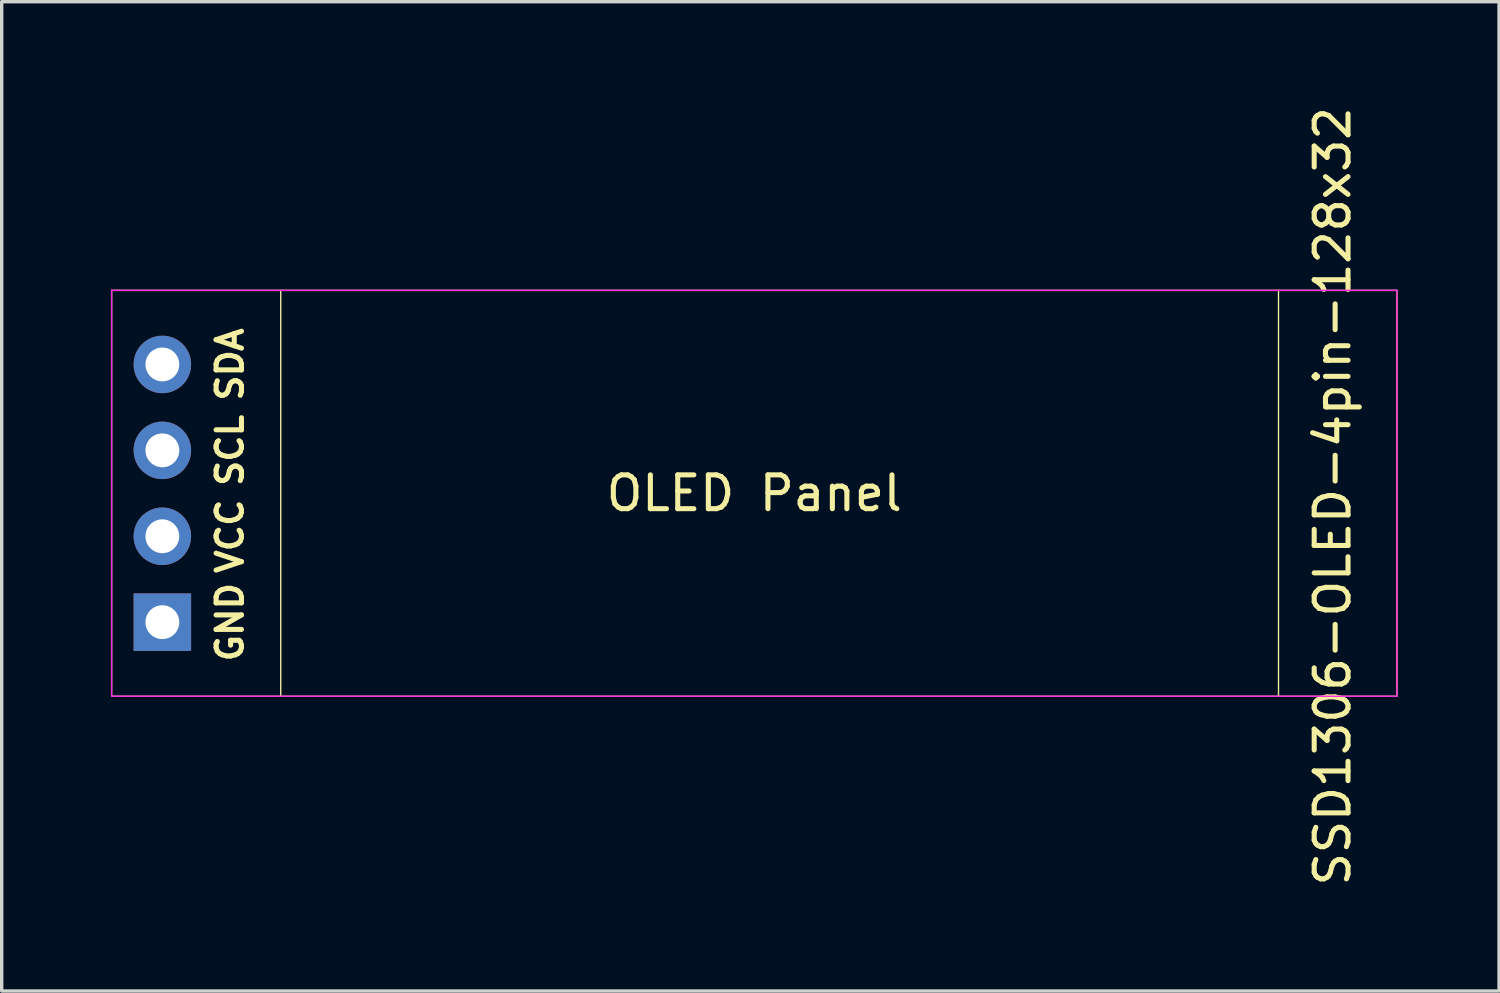
<source format=kicad_pcb>
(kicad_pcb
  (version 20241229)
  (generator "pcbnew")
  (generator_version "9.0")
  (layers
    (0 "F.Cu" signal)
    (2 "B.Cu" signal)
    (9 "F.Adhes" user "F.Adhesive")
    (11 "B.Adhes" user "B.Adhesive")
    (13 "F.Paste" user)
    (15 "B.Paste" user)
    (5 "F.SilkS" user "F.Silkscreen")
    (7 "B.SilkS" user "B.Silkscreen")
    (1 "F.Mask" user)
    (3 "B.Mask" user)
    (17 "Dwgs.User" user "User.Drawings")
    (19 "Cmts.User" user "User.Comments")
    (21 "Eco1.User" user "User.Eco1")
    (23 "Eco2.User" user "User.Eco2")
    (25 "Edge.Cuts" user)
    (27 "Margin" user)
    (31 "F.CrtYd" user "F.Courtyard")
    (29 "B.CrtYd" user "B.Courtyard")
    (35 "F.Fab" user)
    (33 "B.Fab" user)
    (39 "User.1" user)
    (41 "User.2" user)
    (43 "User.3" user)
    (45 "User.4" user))
  (footprint "SSD1306-OLED-4pin-128x32"
    (layer "F.Cu")
    (at 0.25 5.535)
    (property "Reference" "SSD1306-OLED-4pin-128x32" (at 36.1 6.09 270) (layer "F.SilkS") (effects (font (size 1 1) (thickness 0.15))))
    (attr through_hole)
    (fp_line (start 0 0) (end 0 12) (stroke (width 0.04) (type solid)) (layer "F.SilkS"))
    (fp_line (start 0 12) (end 38 12) (stroke (width 0.04) (type solid)) (layer "F.SilkS"))
    (fp_line (start 5 12) (end 5 0) (stroke (width 0.04) (type solid)) (layer "F.SilkS"))
    (fp_line (start 34.5 12) (end 34.5 0) (stroke (width 0.04) (type solid)) (layer "F.SilkS"))
    (fp_line (start 38 0) (end 0 0) (stroke (width 0.04) (type solid)) (layer "F.SilkS"))
    (fp_line (start 38 12) (end 38 0) (stroke (width 0.04) (type solid)) (layer "F.SilkS"))
    (fp_line (start 0 0) (end 0 12) (stroke (width 0.04) (type solid)) (layer "F.CrtYd"))
    (fp_line (start 0 12) (end 38 12) (stroke (width 0.04) (type solid)) (layer "F.CrtYd"))
    (fp_line (start 38 0) (end 0 0) (stroke (width 0.04) (type solid)) (layer "F.CrtYd"))
    (fp_line (start 38 12) (end 38 0) (stroke (width 0.04) (type solid)) (layer "F.CrtYd"))
    (fp_text user "SDA" (at 3.5 2.19 90) (layer "F.SilkS") (effects (font (size 0.75 0.75) (thickness 0.15))))
    (fp_text user "SCL" (at 3.5 4.73 90) (layer "F.SilkS") (effects (font (size 0.75 0.75) (thickness 0.15))))
    (fp_text user "OLED Panel" (at 19 6 180) (layer "F.SilkS") (effects (font (size 1 1) (thickness 0.15))))
    (fp_text user "GND" (at 3.5 9.81 90) (layer "F.SilkS") (effects (font (size 0.75 0.75) (thickness 0.15))))
    (fp_text user "VCC" (at 3.5 7.27 90) (layer "F.SilkS") (effects (font (size 0.75 0.75) (thickness 0.15))))
    (pad "1" thru_hole rect (at 1.5 9.81 180) (size 1.7 1.7) (drill 1) (layers "*.Cu" "*.Mask"))
    (pad "2" thru_hole oval (at 1.5 7.27 180) (size 1.7 1.7) (drill 1) (layers "*.Cu" "*.Mask"))
    (pad "3" thru_hole oval (at 1.5 4.73 180) (size 1.7 1.7) (drill 1) (layers "*.Cu" "*.Mask"))
    (pad "4" thru_hole oval (at 1.5 2.19 180) (size 1.7 1.7) (drill 1) (layers "*.Cu" "*.Mask")))
  (gr_rect
    (start -3 -3)
    (end 41.27 26.25)
    (stroke (width 0.1) (type default))
    (fill no)
    (layer "Edge.Cuts")))
</source>
